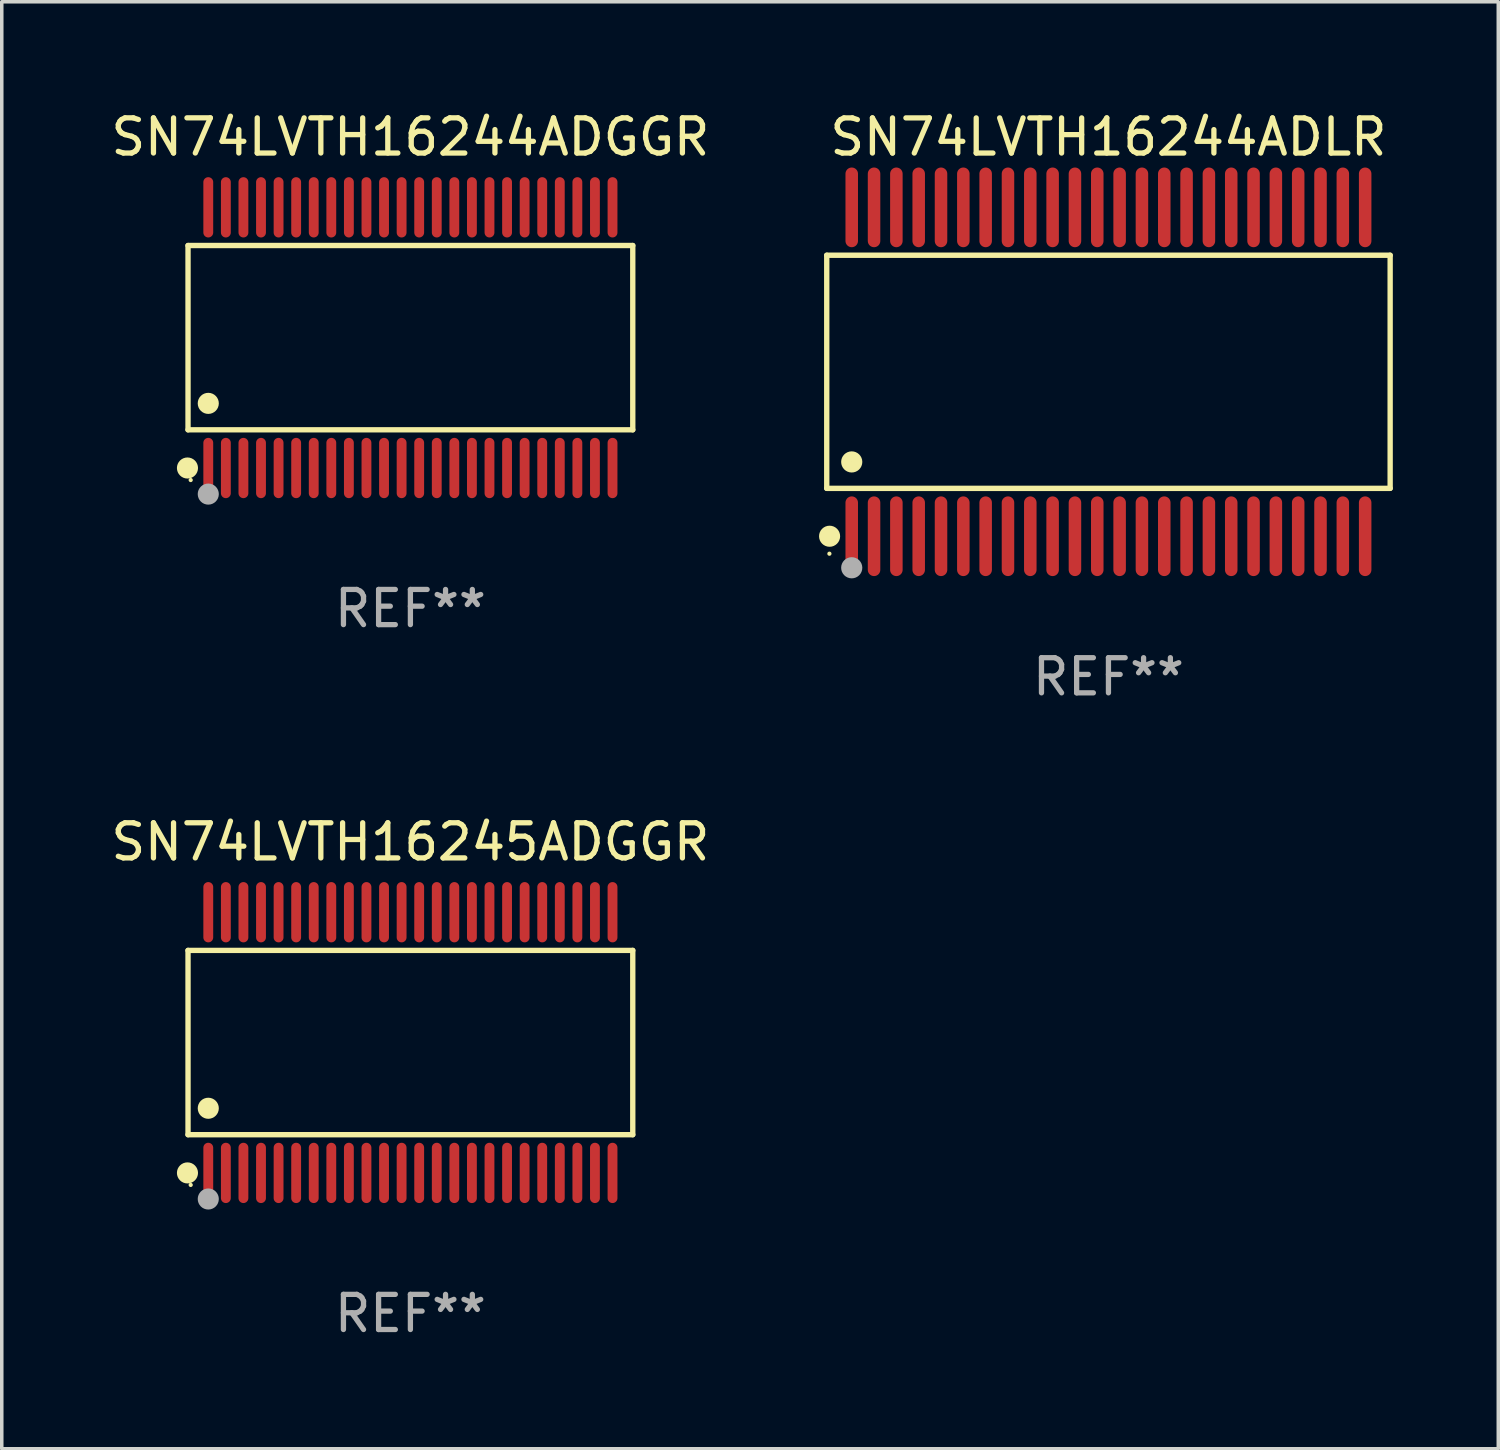
<source format=kicad_pcb>
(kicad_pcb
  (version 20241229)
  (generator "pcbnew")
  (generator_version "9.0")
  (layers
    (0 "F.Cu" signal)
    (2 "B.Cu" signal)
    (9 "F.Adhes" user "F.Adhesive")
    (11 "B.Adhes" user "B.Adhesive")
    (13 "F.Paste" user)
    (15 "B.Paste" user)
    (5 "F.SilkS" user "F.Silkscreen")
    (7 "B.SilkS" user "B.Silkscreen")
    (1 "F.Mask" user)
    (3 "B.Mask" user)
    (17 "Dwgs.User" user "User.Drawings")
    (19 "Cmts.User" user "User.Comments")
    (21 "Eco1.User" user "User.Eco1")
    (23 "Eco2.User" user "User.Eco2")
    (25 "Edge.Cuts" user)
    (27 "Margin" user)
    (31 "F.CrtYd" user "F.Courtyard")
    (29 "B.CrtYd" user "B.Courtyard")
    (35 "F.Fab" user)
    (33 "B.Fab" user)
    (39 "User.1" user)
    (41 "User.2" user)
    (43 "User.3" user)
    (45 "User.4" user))
  (footprint "SN74LVTH16244ADGGR"
    (layer "F.Cu")
    (at 8.625 6.556)
    (property "Reference" "SN74LVTH16244ADGGR" (at 0 -5.708 0) (layer "F.SilkS") (effects (font (size 1 1) (thickness 0.15))))
    (attr through_hole)
    (fp_line (start -6.326 -2.622) (end 6.326 -2.622) (stroke (width 0.152) (type solid)) (layer "F.SilkS"))
    (fp_line (start -6.326 2.621) (end -6.326 -2.622) (stroke (width 0.152) (type solid)) (layer "F.SilkS"))
    (fp_line (start 6.326 -2.622) (end 6.326 2.621) (stroke (width 0.152) (type solid)) (layer "F.SilkS"))
    (fp_line (start 6.326 2.621) (end -6.326 2.621) (stroke (width 0.152) (type solid)) (layer "F.SilkS"))
    (fp_circle (center -6.342 3.708) (end -6.192 3.708) (stroke (width 0.3) (type solid)) (fill no) (layer "F.SilkS"))
    (fp_circle (center -6.25 4.05) (end -6.22 4.05) (stroke (width 0.06) (type solid)) (fill no) (layer "F.SilkS"))
    (fp_circle (center -5.75 1.869) (end -5.6 1.869) (stroke (width 0.3) (type solid)) (fill no) (layer "F.SilkS"))
    (fp_circle (center -5.75 4.45) (end -5.6 4.45) (stroke (width 0.3) (type solid)) (fill no) (layer "F.Fab"))
    (fp_text user "REF**" (at 0 7.708 0) (layer "F.Fab") (effects (font (size 1 1) (thickness 0.15))))
    (pad "1" smd oval (at -5.75 3.708) (size 0.28 1.715) (layers "F.Cu" "F.Mask" "F.Paste"))
    (pad "2" smd oval (at -5.25 3.708) (size 0.28 1.715) (layers "F.Cu" "F.Mask" "F.Paste"))
    (pad "3" smd oval (at -4.75 3.708) (size 0.28 1.715) (layers "F.Cu" "F.Mask" "F.Paste"))
    (pad "4" smd oval (at -4.25 3.708) (size 0.28 1.715) (layers "F.Cu" "F.Mask" "F.Paste"))
    (pad "5" smd oval (at -3.75 3.708) (size 0.28 1.715) (layers "F.Cu" "F.Mask" "F.Paste"))
    (pad "6" smd oval (at -3.25 3.708) (size 0.28 1.715) (layers "F.Cu" "F.Mask" "F.Paste"))
    (pad "7" smd oval (at -2.75 3.708) (size 0.28 1.715) (layers "F.Cu" "F.Mask" "F.Paste"))
    (pad "8" smd oval (at -2.25 3.708) (size 0.28 1.715) (layers "F.Cu" "F.Mask" "F.Paste"))
    (pad "9" smd oval (at -1.75 3.708) (size 0.28 1.715) (layers "F.Cu" "F.Mask" "F.Paste"))
    (pad "10" smd oval (at -1.25 3.708) (size 0.28 1.715) (layers "F.Cu" "F.Mask" "F.Paste"))
    (pad "11" smd oval (at -0.75 3.708) (size 0.28 1.715) (layers "F.Cu" "F.Mask" "F.Paste"))
    (pad "12" smd oval (at -0.25 3.708) (size 0.28 1.715) (layers "F.Cu" "F.Mask" "F.Paste"))
    (pad "13" smd oval (at 0.25 3.708) (size 0.28 1.715) (layers "F.Cu" "F.Mask" "F.Paste"))
    (pad "14" smd oval (at 0.75 3.708) (size 0.28 1.715) (layers "F.Cu" "F.Mask" "F.Paste"))
    (pad "15" smd oval (at 1.25 3.708) (size 0.28 1.715) (layers "F.Cu" "F.Mask" "F.Paste"))
    (pad "16" smd oval (at 1.75 3.708) (size 0.28 1.715) (layers "F.Cu" "F.Mask" "F.Paste"))
    (pad "17" smd oval (at 2.25 3.708) (size 0.28 1.715) (layers "F.Cu" "F.Mask" "F.Paste"))
    (pad "18" smd oval (at 2.75 3.708) (size 0.28 1.715) (layers "F.Cu" "F.Mask" "F.Paste"))
    (pad "19" smd oval (at 3.25 3.708) (size 0.28 1.715) (layers "F.Cu" "F.Mask" "F.Paste"))
    (pad "20" smd oval (at 3.75 3.708) (size 0.28 1.715) (layers "F.Cu" "F.Mask" "F.Paste"))
    (pad "21" smd oval (at 4.25 3.708) (size 0.28 1.715) (layers "F.Cu" "F.Mask" "F.Paste"))
    (pad "22" smd oval (at 4.75 3.708) (size 0.28 1.715) (layers "F.Cu" "F.Mask" "F.Paste"))
    (pad "23" smd oval (at 5.25 3.708) (size 0.28 1.715) (layers "F.Cu" "F.Mask" "F.Paste"))
    (pad "24" smd oval (at 5.75 3.708) (size 0.28 1.715) (layers "F.Cu" "F.Mask" "F.Paste"))
    (pad "25" smd oval (at 5.75 -3.708) (size 0.28 1.715) (layers "F.Cu" "F.Mask" "F.Paste"))
    (pad "26" smd oval (at 5.25 -3.708) (size 0.28 1.715) (layers "F.Cu" "F.Mask" "F.Paste"))
    (pad "27" smd oval (at 4.75 -3.708) (size 0.28 1.715) (layers "F.Cu" "F.Mask" "F.Paste"))
    (pad "28" smd oval (at 4.25 -3.708) (size 0.28 1.715) (layers "F.Cu" "F.Mask" "F.Paste"))
    (pad "29" smd oval (at 3.75 -3.708) (size 0.28 1.715) (layers "F.Cu" "F.Mask" "F.Paste"))
    (pad "30" smd oval (at 3.25 -3.708) (size 0.28 1.715) (layers "F.Cu" "F.Mask" "F.Paste"))
    (pad "31" smd oval (at 2.75 -3.708) (size 0.28 1.715) (layers "F.Cu" "F.Mask" "F.Paste"))
    (pad "32" smd oval (at 2.25 -3.708) (size 0.28 1.715) (layers "F.Cu" "F.Mask" "F.Paste"))
    (pad "33" smd oval (at 1.75 -3.708) (size 0.28 1.715) (layers "F.Cu" "F.Mask" "F.Paste"))
    (pad "34" smd oval (at 1.25 -3.708) (size 0.28 1.715) (layers "F.Cu" "F.Mask" "F.Paste"))
    (pad "35" smd oval (at 0.75 -3.708) (size 0.28 1.715) (layers "F.Cu" "F.Mask" "F.Paste"))
    (pad "36" smd oval (at 0.25 -3.708) (size 0.28 1.715) (layers "F.Cu" "F.Mask" "F.Paste"))
    (pad "37" smd oval (at -0.25 -3.708) (size 0.28 1.715) (layers "F.Cu" "F.Mask" "F.Paste"))
    (pad "38" smd oval (at -0.75 -3.708) (size 0.28 1.715) (layers "F.Cu" "F.Mask" "F.Paste"))
    (pad "39" smd oval (at -1.25 -3.708) (size 0.28 1.715) (layers "F.Cu" "F.Mask" "F.Paste"))
    (pad "40" smd oval (at -1.75 -3.708) (size 0.28 1.715) (layers "F.Cu" "F.Mask" "F.Paste"))
    (pad "41" smd oval (at -2.25 -3.708) (size 0.28 1.715) (layers "F.Cu" "F.Mask" "F.Paste"))
    (pad "42" smd oval (at -2.75 -3.708) (size 0.28 1.715) (layers "F.Cu" "F.Mask" "F.Paste"))
    (pad "43" smd oval (at -3.25 -3.708) (size 0.28 1.715) (layers "F.Cu" "F.Mask" "F.Paste"))
    (pad "44" smd oval (at -3.75 -3.708) (size 0.28 1.715) (layers "F.Cu" "F.Mask" "F.Paste"))
    (pad "45" smd oval (at -4.25 -3.708) (size 0.28 1.715) (layers "F.Cu" "F.Mask" "F.Paste"))
    (pad "46" smd oval (at -4.75 -3.708) (size 0.28 1.715) (layers "F.Cu" "F.Mask" "F.Paste"))
    (pad "47" smd oval (at -5.25 -3.708) (size 0.28 1.715) (layers "F.Cu" "F.Mask" "F.Paste"))
    (pad "48" smd oval (at -5.75 -3.708) (size 0.28 1.715) (layers "F.Cu" "F.Mask" "F.Paste")))
  (footprint "SN74LVTH16245ADGGR"
    (layer "F.Cu")
    (at 8.625 26.609)
    (property "Reference" "SN74LVTH16245ADGGR" (at 0 -5.708 0) (layer "F.SilkS") (effects (font (size 1 1) (thickness 0.15))))
    (attr through_hole)
    (fp_line (start -6.326 -2.622) (end 6.326 -2.622) (stroke (width 0.152) (type solid)) (layer "F.SilkS"))
    (fp_line (start -6.326 2.621) (end -6.326 -2.622) (stroke (width 0.152) (type solid)) (layer "F.SilkS"))
    (fp_line (start 6.326 -2.622) (end 6.326 2.621) (stroke (width 0.152) (type solid)) (layer "F.SilkS"))
    (fp_line (start 6.326 2.621) (end -6.326 2.621) (stroke (width 0.152) (type solid)) (layer "F.SilkS"))
    (fp_circle (center -6.342 3.708) (end -6.192 3.708) (stroke (width 0.3) (type solid)) (fill no) (layer "F.SilkS"))
    (fp_circle (center -6.25 4.05) (end -6.22 4.05) (stroke (width 0.06) (type solid)) (fill no) (layer "F.SilkS"))
    (fp_circle (center -5.75 1.869) (end -5.6 1.869) (stroke (width 0.3) (type solid)) (fill no) (layer "F.SilkS"))
    (fp_circle (center -5.75 4.45) (end -5.6 4.45) (stroke (width 0.3) (type solid)) (fill no) (layer "F.Fab"))
    (fp_text user "REF**" (at 0 7.708 0) (layer "F.Fab") (effects (font (size 1 1) (thickness 0.15))))
    (pad "1" smd oval (at -5.75 3.708) (size 0.28 1.715) (layers "F.Cu" "F.Mask" "F.Paste"))
    (pad "2" smd oval (at -5.25 3.708) (size 0.28 1.715) (layers "F.Cu" "F.Mask" "F.Paste"))
    (pad "3" smd oval (at -4.75 3.708) (size 0.28 1.715) (layers "F.Cu" "F.Mask" "F.Paste"))
    (pad "4" smd oval (at -4.25 3.708) (size 0.28 1.715) (layers "F.Cu" "F.Mask" "F.Paste"))
    (pad "5" smd oval (at -3.75 3.708) (size 0.28 1.715) (layers "F.Cu" "F.Mask" "F.Paste"))
    (pad "6" smd oval (at -3.25 3.708) (size 0.28 1.715) (layers "F.Cu" "F.Mask" "F.Paste"))
    (pad "7" smd oval (at -2.75 3.708) (size 0.28 1.715) (layers "F.Cu" "F.Mask" "F.Paste"))
    (pad "8" smd oval (at -2.25 3.708) (size 0.28 1.715) (layers "F.Cu" "F.Mask" "F.Paste"))
    (pad "9" smd oval (at -1.75 3.708) (size 0.28 1.715) (layers "F.Cu" "F.Mask" "F.Paste"))
    (pad "10" smd oval (at -1.25 3.708) (size 0.28 1.715) (layers "F.Cu" "F.Mask" "F.Paste"))
    (pad "11" smd oval (at -0.75 3.708) (size 0.28 1.715) (layers "F.Cu" "F.Mask" "F.Paste"))
    (pad "12" smd oval (at -0.25 3.708) (size 0.28 1.715) (layers "F.Cu" "F.Mask" "F.Paste"))
    (pad "13" smd oval (at 0.25 3.708) (size 0.28 1.715) (layers "F.Cu" "F.Mask" "F.Paste"))
    (pad "14" smd oval (at 0.75 3.708) (size 0.28 1.715) (layers "F.Cu" "F.Mask" "F.Paste"))
    (pad "15" smd oval (at 1.25 3.708) (size 0.28 1.715) (layers "F.Cu" "F.Mask" "F.Paste"))
    (pad "16" smd oval (at 1.75 3.708) (size 0.28 1.715) (layers "F.Cu" "F.Mask" "F.Paste"))
    (pad "17" smd oval (at 2.25 3.708) (size 0.28 1.715) (layers "F.Cu" "F.Mask" "F.Paste"))
    (pad "18" smd oval (at 2.75 3.708) (size 0.28 1.715) (layers "F.Cu" "F.Mask" "F.Paste"))
    (pad "19" smd oval (at 3.25 3.708) (size 0.28 1.715) (layers "F.Cu" "F.Mask" "F.Paste"))
    (pad "20" smd oval (at 3.75 3.708) (size 0.28 1.715) (layers "F.Cu" "F.Mask" "F.Paste"))
    (pad "21" smd oval (at 4.25 3.708) (size 0.28 1.715) (layers "F.Cu" "F.Mask" "F.Paste"))
    (pad "22" smd oval (at 4.75 3.708) (size 0.28 1.715) (layers "F.Cu" "F.Mask" "F.Paste"))
    (pad "23" smd oval (at 5.25 3.708) (size 0.28 1.715) (layers "F.Cu" "F.Mask" "F.Paste"))
    (pad "24" smd oval (at 5.75 3.708) (size 0.28 1.715) (layers "F.Cu" "F.Mask" "F.Paste"))
    (pad "25" smd oval (at 5.75 -3.708) (size 0.28 1.715) (layers "F.Cu" "F.Mask" "F.Paste"))
    (pad "26" smd oval (at 5.25 -3.708) (size 0.28 1.715) (layers "F.Cu" "F.Mask" "F.Paste"))
    (pad "27" smd oval (at 4.75 -3.708) (size 0.28 1.715) (layers "F.Cu" "F.Mask" "F.Paste"))
    (pad "28" smd oval (at 4.25 -3.708) (size 0.28 1.715) (layers "F.Cu" "F.Mask" "F.Paste"))
    (pad "29" smd oval (at 3.75 -3.708) (size 0.28 1.715) (layers "F.Cu" "F.Mask" "F.Paste"))
    (pad "30" smd oval (at 3.25 -3.708) (size 0.28 1.715) (layers "F.Cu" "F.Mask" "F.Paste"))
    (pad "31" smd oval (at 2.75 -3.708) (size 0.28 1.715) (layers "F.Cu" "F.Mask" "F.Paste"))
    (pad "32" smd oval (at 2.25 -3.708) (size 0.28 1.715) (layers "F.Cu" "F.Mask" "F.Paste"))
    (pad "33" smd oval (at 1.75 -3.708) (size 0.28 1.715) (layers "F.Cu" "F.Mask" "F.Paste"))
    (pad "34" smd oval (at 1.25 -3.708) (size 0.28 1.715) (layers "F.Cu" "F.Mask" "F.Paste"))
    (pad "35" smd oval (at 0.75 -3.708) (size 0.28 1.715) (layers "F.Cu" "F.Mask" "F.Paste"))
    (pad "36" smd oval (at 0.25 -3.708) (size 0.28 1.715) (layers "F.Cu" "F.Mask" "F.Paste"))
    (pad "37" smd oval (at -0.25 -3.708) (size 0.28 1.715) (layers "F.Cu" "F.Mask" "F.Paste"))
    (pad "38" smd oval (at -0.75 -3.708) (size 0.28 1.715) (layers "F.Cu" "F.Mask" "F.Paste"))
    (pad "39" smd oval (at -1.25 -3.708) (size 0.28 1.715) (layers "F.Cu" "F.Mask" "F.Paste"))
    (pad "40" smd oval (at -1.75 -3.708) (size 0.28 1.715) (layers "F.Cu" "F.Mask" "F.Paste"))
    (pad "41" smd oval (at -2.25 -3.708) (size 0.28 1.715) (layers "F.Cu" "F.Mask" "F.Paste"))
    (pad "42" smd oval (at -2.75 -3.708) (size 0.28 1.715) (layers "F.Cu" "F.Mask" "F.Paste"))
    (pad "43" smd oval (at -3.25 -3.708) (size 0.28 1.715) (layers "F.Cu" "F.Mask" "F.Paste"))
    (pad "44" smd oval (at -3.75 -3.708) (size 0.28 1.715) (layers "F.Cu" "F.Mask" "F.Paste"))
    (pad "45" smd oval (at -4.25 -3.708) (size 0.28 1.715) (layers "F.Cu" "F.Mask" "F.Paste"))
    (pad "46" smd oval (at -4.75 -3.708) (size 0.28 1.715) (layers "F.Cu" "F.Mask" "F.Paste"))
    (pad "47" smd oval (at -5.25 -3.708) (size 0.28 1.715) (layers "F.Cu" "F.Mask" "F.Paste"))
    (pad "48" smd oval (at -5.75 -3.708) (size 0.28 1.715) (layers "F.Cu" "F.Mask" "F.Paste")))
  (footprint "SN74LVTH16244ADLR"
    (layer "F.Cu")
    (at 28.483 7.527)
    (property "Reference" "SN74LVTH16244ADLR" (at 0 -6.678 0) (layer "F.SilkS") (effects (font (size 1 1) (thickness 0.15))))
    (attr through_hole)
    (fp_line (start -8.014 -3.316) (end 8.014 -3.316) (stroke (width 0.152) (type solid)) (layer "F.SilkS"))
    (fp_line (start -8.014 3.316) (end -8.014 -3.316) (stroke (width 0.152) (type solid)) (layer "F.SilkS"))
    (fp_line (start 8.014 -3.316) (end 8.014 3.316) (stroke (width 0.152) (type solid)) (layer "F.SilkS"))
    (fp_line (start 8.014 3.316) (end -8.014 3.316) (stroke (width 0.152) (type solid)) (layer "F.SilkS"))
    (fp_circle (center -7.938 5.175) (end -7.908 5.175) (stroke (width 0.06) (type solid)) (fill no) (layer "F.SilkS"))
    (fp_circle (center -7.933 4.678) (end -7.783 4.678) (stroke (width 0.3) (type solid)) (fill no) (layer "F.SilkS"))
    (fp_circle (center -7.303 2.564) (end -7.152 2.564) (stroke (width 0.3) (type solid)) (fill no) (layer "F.SilkS"))
    (fp_circle (center -7.303 5.575) (end -7.152 5.575) (stroke (width 0.3) (type solid)) (fill no) (layer "F.Fab"))
    (fp_text user "REF**" (at 0 8.678 0) (layer "F.Fab") (effects (font (size 1 1) (thickness 0.15))))
    (pad "1" smd oval (at -7.303 4.678) (size 0.356 2.267) (layers "F.Cu" "F.Mask" "F.Paste"))
    (pad "2" smd oval (at -6.668 4.678) (size 0.356 2.267) (layers "F.Cu" "F.Mask" "F.Paste"))
    (pad "3" smd oval (at -6.033 4.678) (size 0.356 2.267) (layers "F.Cu" "F.Mask" "F.Paste"))
    (pad "4" smd oval (at -5.398 4.678) (size 0.356 2.267) (layers "F.Cu" "F.Mask" "F.Paste"))
    (pad "5" smd oval (at -4.763 4.678) (size 0.356 2.267) (layers "F.Cu" "F.Mask" "F.Paste"))
    (pad "6" smd oval (at -4.128 4.678) (size 0.356 2.267) (layers "F.Cu" "F.Mask" "F.Paste"))
    (pad "7" smd oval (at -3.493 4.678) (size 0.356 2.267) (layers "F.Cu" "F.Mask" "F.Paste"))
    (pad "8" smd oval (at -2.858 4.678) (size 0.356 2.267) (layers "F.Cu" "F.Mask" "F.Paste"))
    (pad "9" smd oval (at -2.223 4.678) (size 0.356 2.267) (layers "F.Cu" "F.Mask" "F.Paste"))
    (pad "10" smd oval (at -1.588 4.678) (size 0.356 2.267) (layers "F.Cu" "F.Mask" "F.Paste"))
    (pad "11" smd oval (at -0.953 4.678) (size 0.356 2.267) (layers "F.Cu" "F.Mask" "F.Paste"))
    (pad "12" smd oval (at -0.318 4.678) (size 0.356 2.267) (layers "F.Cu" "F.Mask" "F.Paste"))
    (pad "13" smd oval (at 0.318 4.678) (size 0.356 2.267) (layers "F.Cu" "F.Mask" "F.Paste"))
    (pad "14" smd oval (at 0.953 4.678) (size 0.356 2.267) (layers "F.Cu" "F.Mask" "F.Paste"))
    (pad "15" smd oval (at 1.588 4.678) (size 0.356 2.267) (layers "F.Cu" "F.Mask" "F.Paste"))
    (pad "16" smd oval (at 2.223 4.678) (size 0.356 2.267) (layers "F.Cu" "F.Mask" "F.Paste"))
    (pad "17" smd oval (at 2.858 4.678) (size 0.356 2.267) (layers "F.Cu" "F.Mask" "F.Paste"))
    (pad "18" smd oval (at 3.493 4.678) (size 0.356 2.267) (layers "F.Cu" "F.Mask" "F.Paste"))
    (pad "19" smd oval (at 4.128 4.678) (size 0.356 2.267) (layers "F.Cu" "F.Mask" "F.Paste"))
    (pad "20" smd oval (at 4.763 4.678) (size 0.356 2.267) (layers "F.Cu" "F.Mask" "F.Paste"))
    (pad "21" smd oval (at 5.398 4.678) (size 0.356 2.267) (layers "F.Cu" "F.Mask" "F.Paste"))
    (pad "22" smd oval (at 6.033 4.678) (size 0.356 2.267) (layers "F.Cu" "F.Mask" "F.Paste"))
    (pad "23" smd oval (at 6.668 4.678) (size 0.356 2.267) (layers "F.Cu" "F.Mask" "F.Paste"))
    (pad "24" smd oval (at 7.303 4.678) (size 0.356 2.267) (layers "F.Cu" "F.Mask" "F.Paste"))
    (pad "25" smd oval (at 7.303 -4.678) (size 0.356 2.267) (layers "F.Cu" "F.Mask" "F.Paste"))
    (pad "26" smd oval (at 6.668 -4.678) (size 0.356 2.267) (layers "F.Cu" "F.Mask" "F.Paste"))
    (pad "27" smd oval (at 6.033 -4.678) (size 0.356 2.267) (layers "F.Cu" "F.Mask" "F.Paste"))
    (pad "28" smd oval (at 5.398 -4.678) (size 0.356 2.267) (layers "F.Cu" "F.Mask" "F.Paste"))
    (pad "29" smd oval (at 4.763 -4.678) (size 0.356 2.267) (layers "F.Cu" "F.Mask" "F.Paste"))
    (pad "30" smd oval (at 4.128 -4.678) (size 0.356 2.267) (layers "F.Cu" "F.Mask" "F.Paste"))
    (pad "31" smd oval (at 3.493 -4.678) (size 0.356 2.267) (layers "F.Cu" "F.Mask" "F.Paste"))
    (pad "32" smd oval (at 2.858 -4.678) (size 0.356 2.267) (layers "F.Cu" "F.Mask" "F.Paste"))
    (pad "33" smd oval (at 2.223 -4.678) (size 0.356 2.267) (layers "F.Cu" "F.Mask" "F.Paste"))
    (pad "34" smd oval (at 1.588 -4.678) (size 0.356 2.267) (layers "F.Cu" "F.Mask" "F.Paste"))
    (pad "35" smd oval (at 0.953 -4.678) (size 0.356 2.267) (layers "F.Cu" "F.Mask" "F.Paste"))
    (pad "36" smd oval (at 0.318 -4.678) (size 0.356 2.267) (layers "F.Cu" "F.Mask" "F.Paste"))
    (pad "37" smd oval (at -0.318 -4.678) (size 0.356 2.267) (layers "F.Cu" "F.Mask" "F.Paste"))
    (pad "38" smd oval (at -0.953 -4.678) (size 0.356 2.267) (layers "F.Cu" "F.Mask" "F.Paste"))
    (pad "39" smd oval (at -1.588 -4.678) (size 0.356 2.267) (layers "F.Cu" "F.Mask" "F.Paste"))
    (pad "40" smd oval (at -2.223 -4.678) (size 0.356 2.267) (layers "F.Cu" "F.Mask" "F.Paste"))
    (pad "41" smd oval (at -2.858 -4.678) (size 0.356 2.267) (layers "F.Cu" "F.Mask" "F.Paste"))
    (pad "42" smd oval (at -3.493 -4.678) (size 0.356 2.267) (layers "F.Cu" "F.Mask" "F.Paste"))
    (pad "43" smd oval (at -4.128 -4.678) (size 0.356 2.267) (layers "F.Cu" "F.Mask" "F.Paste"))
    (pad "44" smd oval (at -4.763 -4.678) (size 0.356 2.267) (layers "F.Cu" "F.Mask" "F.Paste"))
    (pad "45" smd oval (at -5.398 -4.678) (size 0.356 2.267) (layers "F.Cu" "F.Mask" "F.Paste"))
    (pad "46" smd oval (at -6.033 -4.678) (size 0.356 2.267) (layers "F.Cu" "F.Mask" "F.Paste"))
    (pad "47" smd oval (at -6.668 -4.678) (size 0.356 2.267) (layers "F.Cu" "F.Mask" "F.Paste"))
    (pad "48" smd oval (at -7.303 -4.678) (size 0.356 2.267) (layers "F.Cu" "F.Mask" "F.Paste")))
  (gr_rect
    (start -3 -3)
    (end 39.573 38.165)
    (stroke (width 0.1) (type default))
    (fill no)
    (layer "Edge.Cuts")))
</source>
